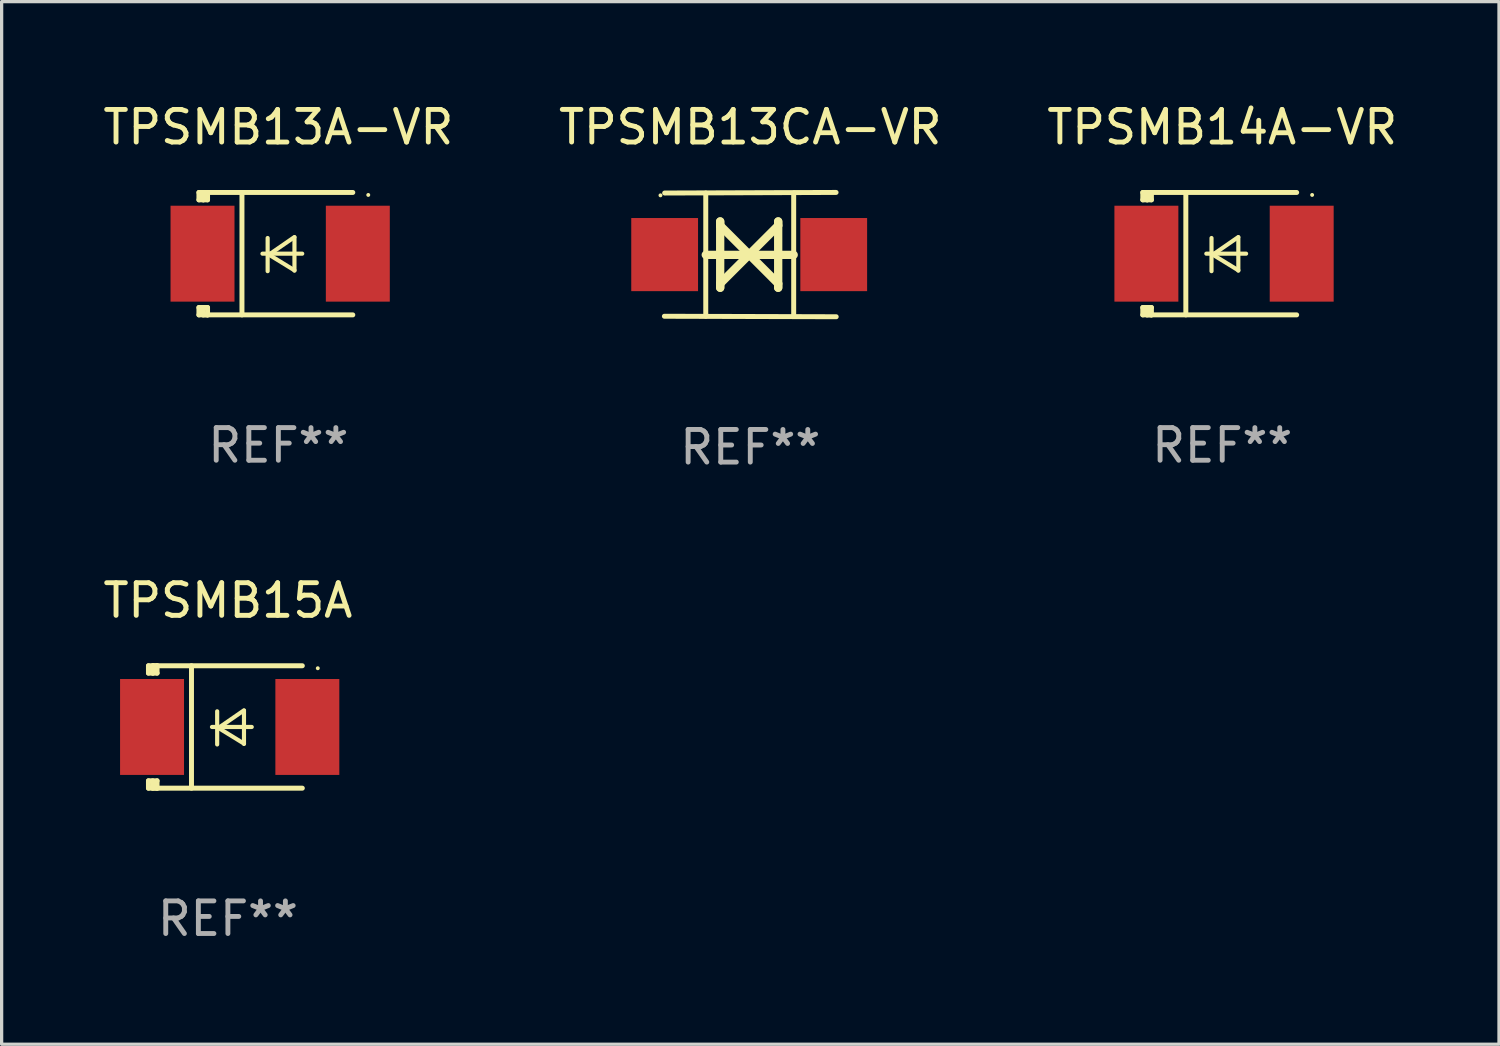
<source format=kicad_pcb>
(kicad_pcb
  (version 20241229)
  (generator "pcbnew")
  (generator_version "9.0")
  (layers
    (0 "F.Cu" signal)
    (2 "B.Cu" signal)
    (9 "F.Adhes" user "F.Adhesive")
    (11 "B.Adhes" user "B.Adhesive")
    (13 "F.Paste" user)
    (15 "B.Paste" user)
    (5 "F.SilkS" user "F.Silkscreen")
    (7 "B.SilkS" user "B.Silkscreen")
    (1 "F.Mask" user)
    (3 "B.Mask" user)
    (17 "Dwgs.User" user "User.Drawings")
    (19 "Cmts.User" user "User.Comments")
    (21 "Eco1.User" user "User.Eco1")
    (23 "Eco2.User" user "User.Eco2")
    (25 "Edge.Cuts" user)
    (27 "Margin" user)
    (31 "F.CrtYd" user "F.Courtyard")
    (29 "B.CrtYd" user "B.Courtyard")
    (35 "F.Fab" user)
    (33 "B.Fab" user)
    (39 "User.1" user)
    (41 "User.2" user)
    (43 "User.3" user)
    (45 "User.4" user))
  (footprint "TPSMB15A"
    (layer "F.Cu")
    (at 3.935 19.231)
    (property "Reference" "TPSMB15A" (at 0 -3.876 0) (layer "F.SilkS") (effects (font (size 1 1) (thickness 0.15))))
    (attr through_hole)
    (fp_line (start -2.435 1.65) (end -2.171 1.65) (stroke (width 0.152) (type solid)) (layer "F.SilkS"))
    (fp_line (start -2.435 1.876) (end -2.435 1.65) (stroke (width 0.152) (type solid)) (layer "F.SilkS"))
    (fp_line (start -2.435 -1.876) (end -2.171 -1.876) (stroke (width 0.152) (type solid)) (layer "F.SilkS"))
    (fp_line (start -2.435 -1.65) (end -2.435 -1.876) (stroke (width 0.152) (type solid)) (layer "F.SilkS"))
    (fp_line (start -2.305 -1.866) (end -2.295 -1.876) (stroke (width 0.152) (type solid)) (layer "F.SilkS"))
    (fp_line (start -2.305 -1.65) (end -2.305 -1.866) (stroke (width 0.152) (type solid)) (layer "F.SilkS"))
    (fp_line (start -2.305 1.876) (end -2.305 1.65) (stroke (width 0.152) (type solid)) (layer "F.SilkS"))
    (fp_line (start -2.295 -1.876) (end -2.295 -1.65) (stroke (width 0.152) (type solid)) (layer "F.SilkS"))
    (fp_line (start -2.171 1.876) (end -2.435 1.876) (stroke (width 0.152) (type solid)) (layer "F.SilkS"))
    (fp_line (start -2.171 -1.65) (end -2.435 -1.65) (stroke (width 0.152) (type solid)) (layer "F.SilkS"))
    (fp_line (start -2.171 -1.876) (end -2.295 -1.876) (stroke (width 0.152) (type solid)) (layer "F.SilkS"))
    (fp_line (start -2.171 -1.65) (end -2.171 -1.876) (stroke (width 0.152) (type solid)) (layer "F.SilkS"))
    (fp_line (start -2.171 1.876) (end -2.305 1.876) (stroke (width 0.152) (type solid)) (layer "F.SilkS"))
    (fp_line (start -2.171 1.876) (end -2.171 1.65) (stroke (width 0.152) (type solid)) (layer "F.SilkS"))
    (fp_line (start -1.116 1.876) (end -1.116 -1.876) (stroke (width 0.152) (type solid)) (layer "F.SilkS"))
    (fp_line (start -0.488 0.000102) (end 0.731 0.000102) (stroke (width 0.127) (type solid)) (layer "F.SilkS"))
    (fp_line (start -0.329 -0.48) (end -0.329 0.536) (stroke (width 0.127) (type solid)) (layer "F.SilkS"))
    (fp_line (start -0.29 0.03) (end 0.493 0.51) (stroke (width 0.127) (type solid)) (layer "F.SilkS"))
    (fp_line (start 0.493 -0.51) (end -0.29 0.03) (stroke (width 0.127) (type solid)) (layer "F.SilkS"))
    (fp_line (start 0.493 0.52) (end 0.493 -0.496) (stroke (width 0.127) (type solid)) (layer "F.SilkS"))
    (fp_line (start 2.281 -1.876) (end -2.171 -1.876) (stroke (width 0.152) (type solid)) (layer "F.SilkS"))
    (fp_line (start 2.281 1.876) (end -2.171 1.876) (stroke (width 0.152) (type solid)) (layer "F.SilkS"))
    (fp_circle (center 2.755 -1.8) (end 2.785 -1.8) (stroke (width 0.06) (type solid)) (fill no) (layer "F.SilkS"))
    (fp_text user "REF**" (at 0 5.876 0) (layer "F.Fab") (effects (font (size 1 1) (thickness 0.15))))
    (pad "1" smd rect (at 2.435 -0.000025 180) (size 1.96 2.94) (layers "F.Cu" "F.Mask" "F.Paste"))
    (pad "2" smd rect (at -2.325 -0.000025 180) (size 1.96 2.94) (layers "F.Cu" "F.Mask" "F.Paste")))
  (footprint "TPSMB14A-VR"
    (layer "F.Cu")
    (at 34.411 4.725)
    (property "Reference" "TPSMB14A-VR" (at 0 -3.876 0) (layer "F.SilkS") (effects (font (size 1 1) (thickness 0.15))))
    (attr through_hole)
    (fp_line (start -2.435 1.65) (end -2.171 1.65) (stroke (width 0.152) (type solid)) (layer "F.SilkS"))
    (fp_line (start -2.435 1.876) (end -2.435 1.65) (stroke (width 0.152) (type solid)) (layer "F.SilkS"))
    (fp_line (start -2.435 -1.876) (end -2.171 -1.876) (stroke (width 0.152) (type solid)) (layer "F.SilkS"))
    (fp_line (start -2.435 -1.65) (end -2.435 -1.876) (stroke (width 0.152) (type solid)) (layer "F.SilkS"))
    (fp_line (start -2.305 -1.866) (end -2.295 -1.876) (stroke (width 0.152) (type solid)) (layer "F.SilkS"))
    (fp_line (start -2.305 -1.65) (end -2.305 -1.866) (stroke (width 0.152) (type solid)) (layer "F.SilkS"))
    (fp_line (start -2.305 1.876) (end -2.305 1.65) (stroke (width 0.152) (type solid)) (layer "F.SilkS"))
    (fp_line (start -2.295 -1.876) (end -2.295 -1.65) (stroke (width 0.152) (type solid)) (layer "F.SilkS"))
    (fp_line (start -2.171 1.876) (end -2.435 1.876) (stroke (width 0.152) (type solid)) (layer "F.SilkS"))
    (fp_line (start -2.171 -1.65) (end -2.435 -1.65) (stroke (width 0.152) (type solid)) (layer "F.SilkS"))
    (fp_line (start -2.171 -1.876) (end -2.295 -1.876) (stroke (width 0.152) (type solid)) (layer "F.SilkS"))
    (fp_line (start -2.171 -1.65) (end -2.171 -1.876) (stroke (width 0.152) (type solid)) (layer "F.SilkS"))
    (fp_line (start -2.171 1.876) (end -2.305 1.876) (stroke (width 0.152) (type solid)) (layer "F.SilkS"))
    (fp_line (start -2.171 1.876) (end -2.171 1.65) (stroke (width 0.152) (type solid)) (layer "F.SilkS"))
    (fp_line (start -1.116 1.876) (end -1.116 -1.876) (stroke (width 0.152) (type solid)) (layer "F.SilkS"))
    (fp_line (start -0.488 0.000102) (end 0.731 0.000102) (stroke (width 0.127) (type solid)) (layer "F.SilkS"))
    (fp_line (start -0.329 -0.48) (end -0.329 0.536) (stroke (width 0.127) (type solid)) (layer "F.SilkS"))
    (fp_line (start -0.29 0.03) (end 0.493 0.51) (stroke (width 0.127) (type solid)) (layer "F.SilkS"))
    (fp_line (start 0.493 -0.51) (end -0.29 0.03) (stroke (width 0.127) (type solid)) (layer "F.SilkS"))
    (fp_line (start 0.493 0.52) (end 0.493 -0.496) (stroke (width 0.127) (type solid)) (layer "F.SilkS"))
    (fp_line (start 2.281 -1.876) (end -2.171 -1.876) (stroke (width 0.152) (type solid)) (layer "F.SilkS"))
    (fp_line (start 2.281 1.876) (end -2.171 1.876) (stroke (width 0.152) (type solid)) (layer "F.SilkS"))
    (fp_circle (center 2.755 -1.8) (end 2.785 -1.8) (stroke (width 0.06) (type solid)) (fill no) (layer "F.SilkS"))
    (fp_text user "REF**" (at 0 5.876 0) (layer "F.Fab") (effects (font (size 1 1) (thickness 0.15))))
    (pad "1" smd rect (at 2.435 -0.000025 180) (size 1.96 2.94) (layers "F.Cu" "F.Mask" "F.Paste"))
    (pad "2" smd rect (at -2.325 -0.000025 180) (size 1.96 2.94) (layers "F.Cu" "F.Mask" "F.Paste")))
  (footprint "TPSMB13CA-VR"
    (layer "F.Cu")
    (at 19.946 4.753)
    (property "Reference" "TPSMB13CA-VR" (at 0 -3.905 0) (layer "F.SilkS") (effects (font (size 1 1) (thickness 0.15))))
    (attr through_hole)
    (fp_line (start -1.365 1.886) (end -1.365 -1.886) (stroke (width 0.152) (type solid)) (layer "F.SilkS"))
    (fp_line (start -1.365 0.008) (end 1.33 0.008) (stroke (width 0.254) (type solid)) (layer "F.SilkS"))
    (fp_line (start -0.923 -1.016) (end -0.923 1.016) (stroke (width 0.254) (type solid)) (layer "F.SilkS"))
    (fp_line (start -0.923 -0.889) (end -0.923 -1.016) (stroke (width 0.254) (type solid)) (layer "F.SilkS"))
    (fp_line (start -0.923 0.889) (end -0.034 0) (stroke (width 0.254) (type solid)) (layer "F.SilkS"))
    (fp_line (start -0.923 1.016) (end -0.923 0.889) (stroke (width 0.254) (type solid)) (layer "F.SilkS"))
    (fp_line (start -0.034 0) (end -0.923 -0.889) (stroke (width 0.254) (type solid)) (layer "F.SilkS"))
    (fp_line (start -0.034 0) (end 0.855 0.889) (stroke (width 0.254) (type solid)) (layer "F.SilkS"))
    (fp_line (start 0.855 -1.016) (end 0.855 -0.889) (stroke (width 0.254) (type solid)) (layer "F.SilkS"))
    (fp_line (start 0.855 -0.889) (end -0.034 0) (stroke (width 0.254) (type solid)) (layer "F.SilkS"))
    (fp_line (start 0.855 0.889) (end 0.855 1.016) (stroke (width 0.254) (type solid)) (layer "F.SilkS"))
    (fp_line (start 0.855 1.016) (end 0.855 -1.016) (stroke (width 0.254) (type solid)) (layer "F.SilkS"))
    (fp_line (start 1.33 1.886) (end 1.33 -1.886) (stroke (width 0.152) (type solid)) (layer "F.SilkS"))
    (fp_line (start 2.629 -1.905) (end -2.625 -1.887) (stroke (width 0.152) (type solid)) (layer "F.SilkS"))
    (fp_line (start 2.633 1.905) (end -2.633 1.89) (stroke (width 0.152) (type solid)) (layer "F.SilkS"))
    (fp_circle (center -2.753 -1.816) (end -2.723 -1.816) (stroke (width 0.06) (type solid)) (fill no) (layer "F.SilkS"))
    (fp_text user "REF**" (at 0 5.905 0) (layer "F.Fab") (effects (font (size 1 1) (thickness 0.15))))
    (pad "1" smd rect (at -2.625 0) (size 2.047 2.241) (layers "F.Cu" "F.Mask" "F.Paste"))
    (pad "2" smd rect (at 2.557 0) (size 2.047 2.241) (layers "F.Cu" "F.Mask" "F.Paste")))
  (footprint "TPSMB13A-VR"
    (layer "F.Cu")
    (at 5.482 4.725)
    (property "Reference" "TPSMB13A-VR" (at 0 -3.876 0) (layer "F.SilkS") (effects (font (size 1 1) (thickness 0.15))))
    (attr through_hole)
    (fp_line (start -2.435 1.65) (end -2.171 1.65) (stroke (width 0.152) (type solid)) (layer "F.SilkS"))
    (fp_line (start -2.435 1.876) (end -2.435 1.65) (stroke (width 0.152) (type solid)) (layer "F.SilkS"))
    (fp_line (start -2.435 -1.876) (end -2.171 -1.876) (stroke (width 0.152) (type solid)) (layer "F.SilkS"))
    (fp_line (start -2.435 -1.65) (end -2.435 -1.876) (stroke (width 0.152) (type solid)) (layer "F.SilkS"))
    (fp_line (start -2.305 -1.866) (end -2.295 -1.876) (stroke (width 0.152) (type solid)) (layer "F.SilkS"))
    (fp_line (start -2.305 -1.65) (end -2.305 -1.866) (stroke (width 0.152) (type solid)) (layer "F.SilkS"))
    (fp_line (start -2.305 1.876) (end -2.305 1.65) (stroke (width 0.152) (type solid)) (layer "F.SilkS"))
    (fp_line (start -2.295 -1.876) (end -2.295 -1.65) (stroke (width 0.152) (type solid)) (layer "F.SilkS"))
    (fp_line (start -2.171 1.876) (end -2.435 1.876) (stroke (width 0.152) (type solid)) (layer "F.SilkS"))
    (fp_line (start -2.171 -1.65) (end -2.435 -1.65) (stroke (width 0.152) (type solid)) (layer "F.SilkS"))
    (fp_line (start -2.171 -1.876) (end -2.295 -1.876) (stroke (width 0.152) (type solid)) (layer "F.SilkS"))
    (fp_line (start -2.171 -1.65) (end -2.171 -1.876) (stroke (width 0.152) (type solid)) (layer "F.SilkS"))
    (fp_line (start -2.171 1.876) (end -2.305 1.876) (stroke (width 0.152) (type solid)) (layer "F.SilkS"))
    (fp_line (start -2.171 1.876) (end -2.171 1.65) (stroke (width 0.152) (type solid)) (layer "F.SilkS"))
    (fp_line (start -1.116 1.876) (end -1.116 -1.876) (stroke (width 0.152) (type solid)) (layer "F.SilkS"))
    (fp_line (start -0.488 0.000102) (end 0.731 0.000102) (stroke (width 0.127) (type solid)) (layer "F.SilkS"))
    (fp_line (start -0.329 -0.48) (end -0.329 0.536) (stroke (width 0.127) (type solid)) (layer "F.SilkS"))
    (fp_line (start -0.29 0.03) (end 0.493 0.51) (stroke (width 0.127) (type solid)) (layer "F.SilkS"))
    (fp_line (start 0.493 -0.51) (end -0.29 0.03) (stroke (width 0.127) (type solid)) (layer "F.SilkS"))
    (fp_line (start 0.493 0.52) (end 0.493 -0.496) (stroke (width 0.127) (type solid)) (layer "F.SilkS"))
    (fp_line (start 2.281 -1.876) (end -2.171 -1.876) (stroke (width 0.152) (type solid)) (layer "F.SilkS"))
    (fp_line (start 2.281 1.876) (end -2.171 1.876) (stroke (width 0.152) (type solid)) (layer "F.SilkS"))
    (fp_circle (center 2.755 -1.8) (end 2.785 -1.8) (stroke (width 0.06) (type solid)) (fill no) (layer "F.SilkS"))
    (fp_text user "REF**" (at 0 5.876 0) (layer "F.Fab") (effects (font (size 1 1) (thickness 0.15))))
    (pad "1" smd rect (at 2.435 -0.000025 180) (size 1.96 2.94) (layers "F.Cu" "F.Mask" "F.Paste"))
    (pad "2" smd rect (at -2.325 -0.000025 180) (size 1.96 2.94) (layers "F.Cu" "F.Mask" "F.Paste")))
  (gr_rect
    (start -3 -3)
    (end 42.893 28.956)
    (stroke (width 0.1) (type default))
    (fill no)
    (layer "Edge.Cuts")))
</source>
